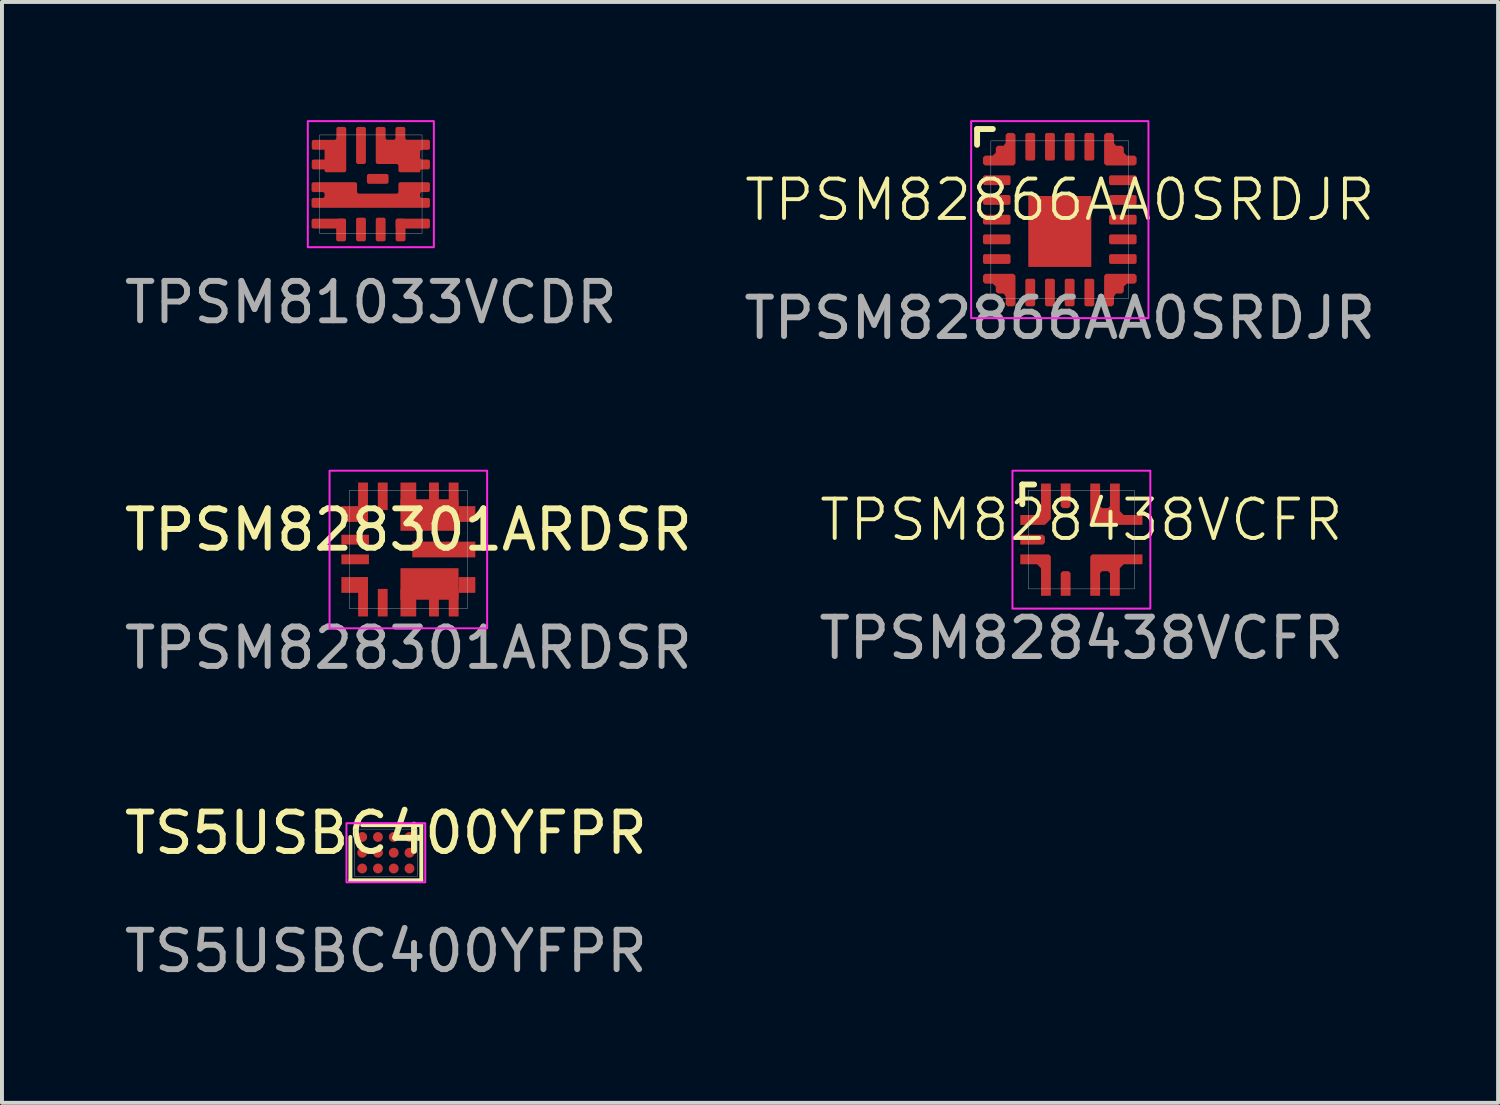
<source format=kicad_pcb>
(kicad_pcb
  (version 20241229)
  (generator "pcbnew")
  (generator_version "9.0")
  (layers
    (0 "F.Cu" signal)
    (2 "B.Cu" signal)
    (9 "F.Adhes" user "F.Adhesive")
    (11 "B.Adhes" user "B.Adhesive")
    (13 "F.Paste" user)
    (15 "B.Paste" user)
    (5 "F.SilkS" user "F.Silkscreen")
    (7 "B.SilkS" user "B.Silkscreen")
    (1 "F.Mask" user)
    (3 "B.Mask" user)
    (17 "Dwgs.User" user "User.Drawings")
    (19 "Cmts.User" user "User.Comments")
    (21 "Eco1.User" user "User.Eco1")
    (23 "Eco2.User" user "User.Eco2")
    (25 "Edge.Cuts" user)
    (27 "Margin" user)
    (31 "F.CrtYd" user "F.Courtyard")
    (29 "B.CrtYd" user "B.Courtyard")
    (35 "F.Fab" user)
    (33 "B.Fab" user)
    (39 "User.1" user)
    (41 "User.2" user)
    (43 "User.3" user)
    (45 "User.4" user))
  (footprint "TS5USBC400YFPR"
    (layer "F.Cu")
    (at 6.744 18.595)
    (property "Reference" "TS5USBC400YFPR" (at 0 -0.5 0) (unlocked yes) (layer "F.SilkS") (effects (font (size 1 1) (thickness 0.15))))
    (attr smd)
    (fp_line (start -0.9 0.7) (end -0.9 -0.4) (stroke (width 0.1) (type solid)) (layer "F.SilkS"))
    (fp_line (start -0.6 -0.7) (end 0.9 -0.7) (stroke (width 0.1) (type solid)) (layer "F.SilkS"))
    (fp_line (start 0.9 -0.7) (end 0.9 0.7) (stroke (width 0.1) (type solid)) (layer "F.SilkS"))
    (fp_line (start 0.9 0.7) (end -0.9 0.7) (stroke (width 0.1) (type solid)) (layer "F.SilkS"))
    (fp_rect (start -1 -0.75) (end 1 0.75) (stroke (width 0.05) (type default)) (fill no) (layer "F.CrtYd"))
    (fp_rect (start -0.8 -0.6) (end 0.8 0.6) (stroke (width 0.01) (type default)) (fill no) (layer "F.Fab"))
    (fp_text user "${REFERENCE}" (at 0 2.5 0) (unlocked yes) (layer "F.Fab") (effects (font (size 1 1) (thickness 0.15))))
    (pad "A1" smd circle (at -0.6 -0.4 270) (size 0.25 0.25) (layers "F.Cu" "F.Mask" "F.Paste"))
    (pad "A2" smd circle (at -0.2 -0.4 270) (size 0.25 0.25) (layers "F.Cu" "F.Mask" "F.Paste"))
    (pad "A3" smd circle (at 0.2 -0.4 270) (size 0.25 0.25) (layers "F.Cu" "F.Mask" "F.Paste"))
    (pad "A4" smd circle (at 0.6 -0.4 270) (size 0.25 0.25) (layers "F.Cu" "F.Mask" "F.Paste"))
    (pad "B1" smd circle (at -0.6 0 270) (size 0.25 0.25) (layers "F.Cu" "F.Mask" "F.Paste"))
    (pad "B2" smd circle (at -0.2 0 270) (size 0.25 0.25) (layers "F.Cu" "F.Mask" "F.Paste"))
    (pad "B3" smd circle (at 0.2 0 270) (size 0.25 0.25) (layers "F.Cu" "F.Mask" "F.Paste"))
    (pad "B4" smd circle (at 0.6 0 270) (size 0.25 0.25) (layers "F.Cu" "F.Mask" "F.Paste"))
    (pad "C1" smd circle (at -0.6 0.4 270) (size 0.25 0.25) (layers "F.Cu" "F.Mask" "F.Paste"))
    (pad "C2" smd circle (at -0.2 0.4 270) (size 0.25 0.25) (layers "F.Cu" "F.Mask" "F.Paste"))
    (pad "C3" smd circle (at 0.2 0.4 270) (size 0.25 0.25) (layers "F.Cu" "F.Mask" "F.Paste"))
    (pad "C4" smd circle (at 0.6 0.4 270) (size 0.25 0.25) (layers "F.Cu" "F.Mask" "F.Paste")))
  (footprint "TPSM82866AA0SRDJR"
    (layer "F.Cu")
    (at 23.851 2.525)
    (property "Reference" "TPSM82866AA0SRDJR" (at 0 -0.5 0) (unlocked yes) (layer "F.SilkS") (effects (font (size 1 1) (thickness 0.1))))
    (attr smd)
    (fp_line (start -2.1 -2.3) (end -2.1 -1.9) (stroke (width 0.15) (type default)) (layer "F.SilkS"))
    (fp_line (start -1.7 -2.3) (end -2.1 -2.3) (stroke (width 0.15) (type default)) (layer "F.SilkS"))
    (fp_rect (start -2.25 -2.5) (end 2.25 2.5) (stroke (width 0.05) (type default)) (fill no) (layer "F.CrtYd"))
    (fp_rect (start -1.75 -2) (end 1.75 2) (stroke (width 0.01) (type default)) (fill no) (layer "F.Fab"))
    (fp_text user "${REFERENCE}" (at 0 2.5 0) (unlocked yes) (layer "F.Fab") (effects (font (size 1 1) (thickness 0.15))))
    (pad "1" smd custom (at -1.45 -1.7) (size 0.25 0.25) (layers "F.Cu" "F.Mask" "F.Paste") (options (anchor rect)) (primitives (gr_poly (pts (xy 0.275 -0.5) (xy 0.325 -0.45) (xy 0.325 0.275) (xy 0.275 0.325) (xy -0.45 0.325) (xy -0.5 0.275) (xy -0.5 0.125) (xy -0.45 0.075) (xy -0.25 0.075) (xy -0.175 0) (xy -0.175 -0.125) (xy -0.125 -0.175) (xy 0.025 -0.175) (xy 0.075 -0.25) (xy 0.075 -0.45) (xy 0.125 -0.5)) (width 0) (fill yes))))
    (pad "2" smd roundrect (at -1.6 -1) (size 0.7 0.25) (layers "F.Cu" "F.Mask" "F.Paste") (roundrect_rratio 0.2))
    (pad "3" smd roundrect (at -1.6 -0.5) (size 0.7 0.25) (layers "F.Cu" "F.Mask" "F.Paste") (roundrect_rratio 0.2))
    (pad "4" smd roundrect (at -1.6 0) (size 0.7 0.25) (layers "F.Cu" "F.Mask" "F.Paste") (roundrect_rratio 0.2))
    (pad "5" smd roundrect (at -1.6 0.5) (size 0.7 0.25) (layers "F.Cu" "F.Mask" "F.Paste") (roundrect_rratio 0.2))
    (pad "6" smd roundrect (at -1.6 1) (size 0.7 0.25) (layers "F.Cu" "F.Mask" "F.Paste") (roundrect_rratio 0.2))
    (pad "7" smd custom (at -1.45 1.7) (size 0.25 0.25) (layers "F.Cu" "F.Mask" "F.Paste") (options (anchor rect)) (primitives (gr_poly (pts (xy 0.275 0.5) (xy 0.325 0.45) (xy 0.325 -0.275) (xy 0.275 -0.325) (xy -0.45 -0.325) (xy -0.5 -0.275) (xy -0.5 -0.125) (xy -0.45 -0.075) (xy -0.25 -0.075) (xy -0.175 0) (xy -0.175 0.125) (xy -0.125 0.175) (xy 0.025 0.175) (xy 0.075 0.25) (xy 0.075 0.45) (xy 0.125 0.5)) (width 0) (fill yes))))
    (pad "8" smd roundrect (at -0.75 1.85 90) (size 0.7 0.25) (layers "F.Cu" "F.Mask" "F.Paste") (roundrect_rratio 0.2))
    (pad "9" smd roundrect (at -0.25 1.85 90) (size 0.7 0.25) (layers "F.Cu" "F.Mask" "F.Paste") (roundrect_rratio 0.2))
    (pad "10" smd roundrect (at 0.25 1.85 90) (size 0.7 0.25) (layers "F.Cu" "F.Mask" "F.Paste") (roundrect_rratio 0.2))
    (pad "11" smd roundrect (at 0.75 1.85 90) (size 0.7 0.25) (layers "F.Cu" "F.Mask" "F.Paste") (roundrect_rratio 0.2))
    (pad "12" smd custom (at 1.45 1.7) (size 0.25 0.25) (layers "F.Cu" "F.Mask" "F.Paste") (options (anchor rect)) (primitives (gr_poly (pts (xy -0.275 0.5) (xy -0.325 0.45) (xy -0.325 -0.275) (xy -0.275 -0.325) (xy 0.45 -0.325) (xy 0.5 -0.275) (xy 0.5 -0.125) (xy 0.45 -0.075) (xy 0.25 -0.075) (xy 0.175 0) (xy 0.175 0.125) (xy 0.125 0.175) (xy -0.025 0.175) (xy -0.075 0.25) (xy -0.075 0.45) (xy -0.125 0.5)) (width 0) (fill yes))))
    (pad "13" smd roundrect (at 1.6 1) (size 0.7 0.25) (layers "F.Cu" "F.Mask" "F.Paste") (roundrect_rratio 0.2))
    (pad "14" smd roundrect (at 1.6 0.5) (size 0.7 0.25) (layers "F.Cu" "F.Mask" "F.Paste") (roundrect_rratio 0.2))
    (pad "15" smd roundrect (at 1.6 0) (size 0.7 0.25) (layers "F.Cu" "F.Mask" "F.Paste") (roundrect_rratio 0.2))
    (pad "16" smd roundrect (at 1.6 -0.5) (size 0.7 0.25) (layers "F.Cu" "F.Mask" "F.Paste") (roundrect_rratio 0.2))
    (pad "17" smd roundrect (at 1.6 -1) (size 0.7 0.25) (layers "F.Cu" "F.Mask" "F.Paste") (roundrect_rratio 0.2))
    (pad "18" smd custom (at 1.45 -1.7) (size 0.25 0.25) (layers "F.Cu" "F.Mask" "F.Paste") (options (anchor rect)) (primitives (gr_poly (pts (xy -0.275 -0.5) (xy -0.325 -0.45) (xy -0.325 0.275) (xy -0.275 0.325) (xy 0.45 0.325) (xy 0.5 0.275) (xy 0.5 0.125) (xy 0.45 0.075) (xy 0.25 0.075) (xy 0.175 0) (xy 0.175 -0.125) (xy 0.125 -0.175) (xy -0.025 -0.175) (xy -0.075 -0.25) (xy -0.075 -0.45) (xy -0.125 -0.5)) (width 0) (fill yes))))
    (pad "19" smd roundrect (at 0.75 -1.85 90) (size 0.7 0.25) (layers "F.Cu" "F.Mask" "F.Paste") (roundrect_rratio 0.2))
    (pad "20" smd roundrect (at 0.25 -1.85 90) (size 0.7 0.25) (layers "F.Cu" "F.Mask" "F.Paste") (roundrect_rratio 0.2))
    (pad "21" smd roundrect (at -0.25 -1.85 90) (size 0.7 0.25) (layers "F.Cu" "F.Mask" "F.Paste") (roundrect_rratio 0.2))
    (pad "22" smd roundrect (at -0.75 -1.85 90) (size 0.7 0.25) (layers "F.Cu" "F.Mask" "F.Paste") (roundrect_rratio 0.2))
    (pad "23" smd rect (at 0 0.3) (size 1.6 1.8) (layers "F.Cu" "F.Mask" "F.Paste")))
  (footprint "TPSM81033VCDR"
    (layer "F.Cu")
    (at 6.363 1.625)
    (property "Reference" "TPSM81033VCDR" (at 0 3 0) (unlocked yes) (layer "F.SilkS") (effects (font (size 1 1) (thickness 0.1))))
    (attr smd)
    (fp_rect (start -1.6 -1.6) (end 1.6 1.6) (stroke (width 0.05) (type default)) (fill no) (layer "F.CrtYd"))
    (fp_rect (start -1.3 -1.25) (end 1.3 1.25) (stroke (width 0.01) (type solid)) (fill no) (layer "F.Fab"))
    (fp_text user "${REFERENCE}" (at 0 3 0) (unlocked yes) (layer "F.Fab") (effects (font (size 1 1) (thickness 0.15))))
    (pad "1" smd custom (at -0.9 -0.8 90) (size 0.275 0.275) (layers "F.Cu" "F.Mask" "F.Paste") (options (anchor circle)) (primitives (gr_poly (pts (xy -0.147 -0.083) (xy -0.143 -0.104) (xy -0.131 -0.121) (xy -0.114 -0.133) (xy -0.092 -0.138) (xy 0.092 -0.138) (xy 0.114 -0.133) (xy 0.131 -0.121) (xy 0.143 -0.104) (xy 0.147 -0.083) (xy 0.147 0.083) (xy 0.143 0.104) (xy 0.131 0.121) (xy 0.114 0.133) (xy 0.092 0.138) (xy -0.092 0.138) (xy -0.114 0.133) (xy -0.131 0.121) (xy -0.143 0.104) (xy -0.147 0.083)) (width 0) (fill yes)) (gr_poly (pts (arc (start 0.652501 0.074999) (mid 0.637856 0.039644) (end 0.602501 0.024999)) (arc (start 0.374999 0.025001) (mid 0.339644 0.010356) (end 0.324999 -0.024999)) (arc (start 0.325001 -0.550001) (mid 0.310356 -0.585356) (end 0.275001 -0.600001)) (arc (start 0.124999 -0.600001) (mid 0.089644 -0.585356) (end 0.074999 -0.550001)) (xy 0.075 -0.275) (xy -0.175 -0.275) (arc (start -0.174999 -0.550001) (mid -0.189644 -0.585356) (end -0.224999 -0.600001)) (arc (start -0.375001 -0.600001) (mid -0.410356 -0.585356) (end -0.425001 -0.550001)) (xy -0.425 -0.275) (arc (start -0.447501 -0.275001) (mid -0.482856 -0.260356) (end -0.497501 -0.225001)) (arc (start -0.497501 0.225001) (mid -0.482856 0.260356) (end -0.447501 0.275001)) (arc (start 0.602501 0.275001) (mid 0.637856 0.260356) (end 0.652501 0.225001))) (width 0) (fill yes))))
    (pad "2" smd custom (at -0.7 0.3) (size 0.39 0.39) (layers "F.Cu" "F.Mask" "F.Paste") (options (anchor circle)) (primitives (gr_poly (pts (xy -0.237 -0.141) (xy -0.233 -0.162) (xy -0.222 -0.179) (xy -0.204 -0.191) (xy -0.183 -0.195) (xy 0.183 -0.195) (xy 0.204 -0.191) (xy 0.222 -0.179) (xy 0.233 -0.162) (xy 0.237 -0.141) (xy 0.237 0.141) (xy 0.233 0.162) (xy 0.222 0.179) (xy 0.204 0.191) (xy 0.183 0.195) (xy -0.183 0.195) (xy -0.204 0.191) (xy -0.222 0.179) (xy -0.233 0.162) (xy -0.237 0.141)) (width 0) (fill yes)) (gr_poly (pts (arc (start 1.999999 -0.100001) (mid 1.964644 -0.085356) (end 1.949999 -0.050001)) (arc (start 1.949999 0.000001) (mid 1.964644 0.035356) (end 1.999999 0.050001)) (arc (start 2.150001 0.049999) (mid 2.185356 0.064644) (end 2.200001 0.099999)) (arc (start 2.200001 0.250001) (mid 2.185356 0.285356) (end 2.150001 0.300001)) (arc (start -0.755001 0.300001) (mid -0.790356 0.285356) (end -0.805001 0.250001)) (arc (start -0.805001 0.099999) (mid -0.790356 0.064644) (end -0.755001 0.049999)) (arc (start -0.524999 0.050001) (mid -0.489644 0.035356) (end -0.474999 0.000001)) (arc (start -0.474999 -0.050001) (mid -0.489644 -0.085356) (end -0.524999 -0.100001)) (arc (start -0.755 -0.1) (mid -0.790355 -0.114645) (end -0.805 -0.15)) (arc (start -0.805 -0.3) (mid -0.790355 -0.335355) (end -0.755 -0.35)) (arc (start 0.300001 -0.350001) (mid 0.335356 -0.335356) (end 0.350001 -0.300001)) (arc (start 0.349999 -0.109999) (mid 0.364644 -0.074644) (end 0.399999 -0.059999)) (arc (start 1.350001 -0.059999) (mid 1.385356 -0.074644) (end 1.400001 -0.109999)) (arc (start 1.399999 -0.300001) (mid 1.414644 -0.335356) (end 1.449999 -0.350001)) (arc (start 2.150001 -0.350001) (mid 2.185356 -0.335356) (end 2.200001 -0.300001)) (arc (start 2.200001 -0.149999) (mid 2.185356 -0.114644) (end 2.150001 -0.099999))) (width 0) (fill yes))))
    (pad "3" smd roundrect (at -1.067 1) (size 0.875 0.25) (layers "F.Cu" "F.Mask" "F.Paste") (roundrect_rratio 0.2))
    (pad "3" smd roundrect (at -0.755 1.163 90) (size 0.575 0.25) (layers "F.Cu" "F.Mask" "F.Paste") (roundrect_rratio 0.2))
    (pad "4" smd roundrect (at -0.25 1.15 90) (size 0.6 0.25) (layers "F.Cu" "F.Mask" "F.Paste") (roundrect_rratio 0.2))
    (pad "5" smd roundrect (at 0.25 1.15 90) (size 0.6 0.25) (layers "F.Cu" "F.Mask" "F.Paste") (roundrect_rratio 0.2))
    (pad "6" smd roundrect (at 0.755 1.163 90) (size 0.574 0.25) (layers "F.Cu" "F.Mask" "F.Paste") (roundrect_rratio 0.2))
    (pad "6" smd roundrect (at 1.065 1 180) (size 0.87 0.25) (layers "F.Cu" "F.Mask" "F.Paste") (roundrect_rratio 0.2))
    (pad "7" smd custom (at 0.7 -0.8 180) (size 0.25 0.25) (layers "F.Cu" "F.Mask" "F.Paste") (options (anchor circle)) (primitives (gr_poly (pts (xy -0.36 -0.075) (xy -0.356 -0.094) (xy -0.345 -0.11) (xy -0.329 -0.121) (xy -0.31 -0.125) (xy 0.31 -0.125) (xy 0.329 -0.121) (xy 0.345 -0.11) (xy 0.356 -0.094) (xy 0.36 -0.075) (xy 0.36 0.075) (xy 0.356 0.094) (xy 0.345 0.11) (xy 0.329 0.121) (xy 0.31 0.125) (xy -0.31 0.125) (xy -0.329 0.121) (xy -0.345 0.11) (xy -0.356 0.094) (xy -0.36 0.075)) (width 0) (fill yes)) (gr_poly (pts (arc (start -0.6 0.0725) (mid -0.564645 0.057855) (end -0.55 0.0225)) (arc (start -0.55 -0.125) (mid -0.564645 -0.160355) (end -0.6 -0.175)) (arc (start -0.75 -0.175) (mid -0.785355 -0.189645) (end -0.8 -0.225)) (arc (start -0.8 -0.375) (mid -0.785355 -0.410355) (end -0.75 -0.425)) (arc (start -0.6 -0.425) (mid -0.564645 -0.439645) (end -0.55 -0.475)) (xy -0.55 -0.497) (arc (start -0.05 -0.4975) (mid -0.014645 -0.482855) (end 0 -0.4475)) (arc (start 0 -0.3375) (mid 0.014645 -0.302145) (end 0.05 -0.2875)) (arc (start 0.525 -0.2875) (mid 0.560355 -0.272855) (end 0.575 -0.2375)) (arc (start 0.575 0.6025) (mid 0.560355 0.637855) (end 0.525 0.6525)) (arc (start 0.375 0.6525) (mid 0.339645 0.637855) (end 0.325 0.6025)) (arc (start 0.325 0.3775) (mid 0.310355 0.342145) (end 0.275 0.3275)) (arc (start 0.125 0.3275) (mid 0.089645 0.342145) (end 0.075 0.3775)) (arc (start 0.075 0.6025) (mid 0.060355 0.637855) (end 0.025 0.6525)) (arc (start -0.125 0.6525) (mid -0.160355 0.637855) (end -0.175 0.6025)) (arc (start -0.175 0.3775) (mid -0.189645 0.342145) (end -0.225 0.3275)) (arc (start -0.75 0.3275) (mid -0.785355 0.312855) (end -0.8 0.2775)) (arc (start -0.8 0.1225) (mid -0.785355 0.087145) (end -0.75 0.0725))) (width 0) (fill yes))))
    (pad "8" smd roundrect (at -0.25 -0.983 90) (size 0.94 0.25) (layers "F.Cu" "F.Mask" "F.Paste") (roundrect_rratio 0.2))
    (pad "9" smd roundrect (at 0.175 -0.135) (size 0.55 0.25) (layers "F.Cu" "F.Mask" "F.Paste") (roundrect_rratio 0.2)))
  (footprint "TPSM828438VCFR"
    (layer "F.Cu")
    (at 24.399 10.648)
    (property "Reference" "TPSM828438VCFR" (at 0 -0.5 0) (unlocked yes) (layer "F.SilkS") (effects (font (size 1 1) (thickness 0.1))))
    (attr smd)
    (fp_line (start -1.5 -1.4) (end -1.5 -0.9) (stroke (width 0.15) (type default)) (layer "F.SilkS"))
    (fp_line (start -1.2 -1.4) (end -1.5 -1.4) (stroke (width 0.15) (type default)) (layer "F.SilkS"))
    (fp_rect (start -1.75 -1.75) (end 1.75 1.75) (stroke (width 0.05) (type default)) (fill no) (layer "F.CrtYd"))
    (fp_rect (start -1.35 -1.25) (end 1.35 1.25) (stroke (width 0.01) (type default)) (fill no) (layer "F.Fab"))
    (fp_text user "${REFERENCE}" (at 0 2.5 0) (unlocked yes) (layer "F.Fab") (effects (font (size 1 1) (thickness 0.15))))
    (pad "1" smd custom (at -1.238 -0.5) (size 0.625 0.25) (layers "F.Cu" "F.Mask" "F.Paste") (options (anchor rect)) (primitives (gr_poly (pts (xy 0.212 -0.925) (xy 0.212 -0.225) (xy 0.113 -0.125) (xy -0.312 -0.125) (xy -0.312 0.125) (xy 0.312 0.125) (xy 0.463 -0.025) (xy 0.463 -0.925)) (width 0) (fill yes))))
    (pad "2" smd roundrect (at -1.238 0) (size 0.625 0.25) (layers "F.Cu" "F.Mask" "F.Paste") (roundrect_rratio 0) (chamfer_ratio 0.2) (chamfer top_right bottom_right))
    (pad "3" smd custom (at -1.188 0.5) (size 0.725 0.25) (layers "F.Cu" "F.Mask" "F.Paste") (options (anchor rect)) (primitives (gr_poly (pts (xy 0.163 0.925) (xy 0.163 0.225) (xy 0.062 0.125) (xy -0.362 0.125) (xy -0.362 -0.125) (xy 0.362 -0.125) (xy 0.412 -0.075) (xy 0.412 0.925)) (width 0) (fill yes))))
    (pad "4" smd roundrect (at -0.4 1.113 90) (size 0.625 0.25) (layers "F.Cu" "F.Mask" "F.Paste") (roundrect_rratio 0) (chamfer_ratio 0.2) (chamfer top_right bottom_right))
    (pad "5" smd custom (at 0.35 0.925 90) (size 1 0.25) (layers "F.Cu" "F.Mask" "F.Paste") (options (anchor rect)) (primitives (gr_poly (pts (xy -0.5 -0.125) (xy 0.5 -0.125) (xy 0.55 -0.075) (xy 0.55 1.2) (xy 0.549 1.2) (xy 0.3 1.2) (xy 0.3 1.2) (xy 0.3 0.725) (xy 0.2 0.625) (xy -0.5 0.625) (xy -0.5 0.375) (xy 0.075 0.375) (xy 0.125 0.325) (xy 0.125 0.175) (xy 0.075 0.125) (xy -0.5 0.125)) (width 0) (fill yes))))
    (pad "6" smd custom (at 0.35 -0.962 270) (size 0.925 0.25) (layers "F.Cu" "F.Mask" "F.Paste") (options (anchor rect)) (primitives (gr_poly (pts (xy -0.462 0.125) (xy 0.537 0.125) (xy 0.587 0.075) (xy 0.587 -1.2) (xy 0.587 -1.2) (xy 0.338 -1.2) (xy 0.337 -1.2) (xy 0.337 -0.725) (xy 0.237 -0.625) (xy -0.462 -0.625) (xy -0.462 -0.375) (xy 0.112 -0.375) (xy 0.162 -0.325) (xy 0.162 -0.175) (xy 0.112 -0.125) (xy -0.462 -0.125)) (width 0) (fill yes))))
    (pad "7" smd roundrect (at -0.4 -1.113 90) (size 0.625 0.25) (layers "F.Cu" "F.Mask" "F.Paste") (roundrect_rratio 0) (chamfer_ratio 0.2) (chamfer top_left bottom_left)))
  (footprint "TPSM828301ARDSR"
    (layer "F.Cu")
    (at 7.315 10.898)
    (property "Reference" "TPSM828301ARDSR" (at 0 -0.5 0) (unlocked yes) (layer "F.SilkS") (effects (font (size 1 1) (thickness 0.15))))
    (attr smd)
    (fp_rect (start -2 -2) (end 2 2) (stroke (width 0.05) (type default)) (fill no) (layer "F.CrtYd"))
    (fp_rect (start -1.5 -1.5) (end 1.5 1.5) (stroke (width 0.01) (type solid)) (fill no) (layer "F.Fab"))
    (fp_text user "${REFERENCE}" (at 0 2.5 0) (unlocked yes) (layer "F.Fab") (effects (font (size 1 1) (thickness 0.15))))
    (pad "1" smd rect (at -1.363 -0.9) (size 0.675 0.4) (layers "F.Cu" "F.Mask" "F.Paste"))
    (pad "1" smd rect (at -1.15 -1.2) (size 0.25 1) (layers "F.Cu" "F.Mask" "F.Paste"))
    (pad "2" smd rect (at -1.35 -0.25) (size 0.7 0.25) (layers "F.Cu" "F.Mask" "F.Paste"))
    (pad "3" smd rect (at -1.35 0.25) (size 0.7 0.25) (layers "F.Cu" "F.Mask" "F.Paste"))
    (pad "4" smd rect (at -1.363 0.9) (size 0.675 0.4) (layers "F.Cu" "F.Mask" "F.Paste"))
    (pad "4" smd rect (at -1.15 1.2) (size 0.25 1) (layers "F.Cu" "F.Mask" "F.Paste"))
    (pad "5" smd rect (at -0.65 1.35) (size 0.25 0.7) (layers "F.Cu" "F.Mask" "F.Paste"))
    (pad "6" smd rect (at 0 1.35) (size 0.4 0.7) (layers "F.Cu" "F.Mask" "F.Paste"))
    (pad "6" smd rect (at 0.537 0.875) (size 1.475 0.8) (layers "F.Cu" "F.Mask" "F.Paste"))
    (pad "6" smd rect (at 0.65 1.35) (size 0.25 0.7) (layers "F.Cu" "F.Mask" "F.Paste"))
    (pad "6" smd rect (at 1.15 1.35) (size 0.25 0.7) (layers "F.Cu" "F.Mask" "F.Paste"))
    (pad "6" smd rect (at 1.488 0.9) (size 0.425 0.4) (layers "F.Cu" "F.Mask" "F.Paste"))
    (pad "7" smd rect (at 0.9 0) (size 1.6 0.4) (layers "F.Cu" "F.Mask" "F.Paste"))
    (pad "8" smd rect (at 0 -1.35) (size 0.4 0.7) (layers "F.Cu" "F.Mask" "F.Paste"))
    (pad "8" smd rect (at 0.537 -0.875) (size 1.475 0.8) (layers "F.Cu" "F.Mask" "F.Paste"))
    (pad "8" smd rect (at 0.65 -1.35) (size 0.25 0.7) (layers "F.Cu" "F.Mask" "F.Paste"))
    (pad "8" smd rect (at 1.15 -1.35) (size 0.25 0.7) (layers "F.Cu" "F.Mask" "F.Paste"))
    (pad "8" smd rect (at 1.488 -0.9) (size 0.425 0.4) (layers "F.Cu" "F.Mask" "F.Paste"))
    (pad "9" smd rect (at -0.65 -1.35) (size 0.25 0.7) (layers "F.Cu" "F.Mask" "F.Paste")))
  (gr_rect
    (start -3 -3)
    (end 34.976 24.943)
    (stroke (width 0.1) (type default))
    (fill no)
    (layer "Edge.Cuts")))
</source>
